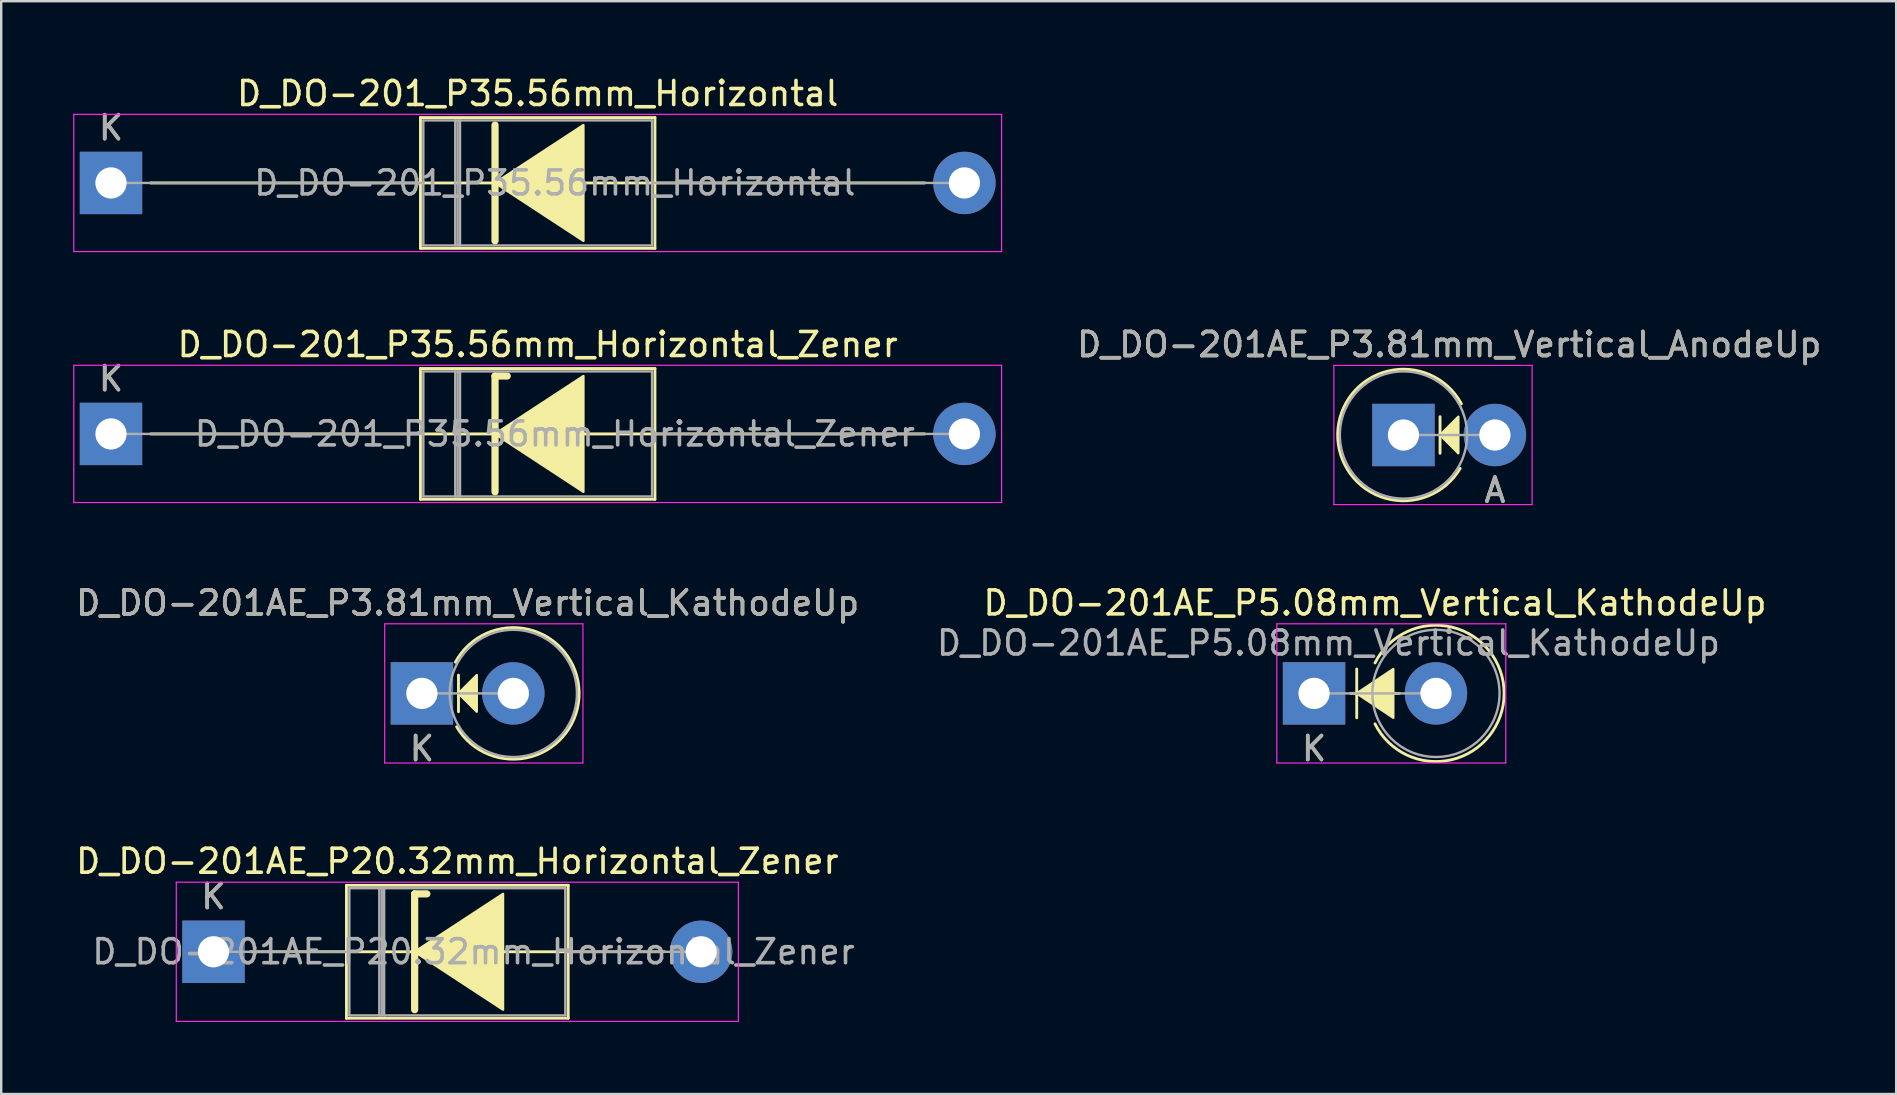
<source format=kicad_pcb>
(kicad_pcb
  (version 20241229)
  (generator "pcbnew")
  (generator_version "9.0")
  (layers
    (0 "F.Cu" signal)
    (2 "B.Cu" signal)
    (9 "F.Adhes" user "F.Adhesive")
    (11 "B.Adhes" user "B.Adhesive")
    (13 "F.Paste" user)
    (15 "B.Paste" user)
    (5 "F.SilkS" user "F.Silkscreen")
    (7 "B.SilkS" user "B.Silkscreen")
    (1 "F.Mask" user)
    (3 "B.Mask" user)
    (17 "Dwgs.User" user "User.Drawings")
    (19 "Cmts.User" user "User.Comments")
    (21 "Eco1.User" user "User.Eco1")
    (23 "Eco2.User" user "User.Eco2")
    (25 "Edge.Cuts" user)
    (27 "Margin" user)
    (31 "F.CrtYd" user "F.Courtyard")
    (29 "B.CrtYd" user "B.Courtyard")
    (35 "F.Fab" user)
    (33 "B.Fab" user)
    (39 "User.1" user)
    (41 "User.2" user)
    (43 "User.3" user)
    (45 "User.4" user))
  (footprint "D_DO-201AE_P3.81mm_Vertical_AnodeUp"
    (layer "F.Cu")
    (at 55.43 15.076)
    (property "Reference" "D_DO-201AE_P3.81mm_Vertical_AnodeUp" (at 1.905 -3.77 0) (layer "F.SilkS") (effects (font (size 1 1) (thickness 0.15))))
    (attr through_hole)
    (fp_line (start 1.524 -0.762) (end 1.524 0.762) (stroke (width 0.12) (type solid)) (layer "F.SilkS"))
    (fp_arc (start 2.361782 1.391144) (mid -2.74054 -0.052312) (end 2.413151 -1.3) (stroke (width 0.12) (type solid)) (layer "F.SilkS"))
    (fp_poly (pts (xy 2.286 0.762) (xy 1.524 0) (xy 2.286 -0.762)) (stroke (width 0.1) (type solid)) (fill yes) (layer "F.SilkS"))
    (fp_line (start -2.9 -2.9) (end -2.9 2.9) (stroke (width 0.05) (type solid)) (layer "F.CrtYd"))
    (fp_line (start -2.9 2.9) (end 5.36 2.9) (stroke (width 0.05) (type solid)) (layer "F.CrtYd"))
    (fp_line (start 5.36 -2.9) (end -2.9 -2.9) (stroke (width 0.05) (type solid)) (layer "F.CrtYd"))
    (fp_line (start 5.36 2.9) (end 5.36 -2.9) (stroke (width 0.05) (type solid)) (layer "F.CrtYd"))
    (fp_line (start 0 0) (end 3.81 0) (stroke (width 0.1) (type solid)) (layer "F.Fab"))
    (fp_circle (center 0 0) (end 2.65 0) (stroke (width 0.1) (type solid)) (fill no) (layer "F.Fab"))
    (fp_text user "A" (at 3.81 2.3 0) (layer "F.SilkS") (effects (font (size 1 1) (thickness 0.15))))
    (fp_text user "A" (at 3.81 2.3 0) (layer "F.Fab") (effects (font (size 1 1) (thickness 0.15))))
    (fp_text user "${REFERENCE}" (at 1.905 -3.77 0) (layer "F.Fab") (effects (font (size 1 1) (thickness 0.15))))
    (pad "1" thru_hole rect (at 0 0) (size 2.6 2.6) (drill 1.3) (layers "*.Cu" "*.Mask"))
    (pad "2" thru_hole oval (at 3.81 0) (size 2.6 2.6) (drill 1.3) (layers "*.Cu" "*.Mask")))
  (footprint "D_DO-201AE_P5.08mm_Vertical_KathodeUp"
    (layer "F.Cu")
    (at 51.704 25.843)
    (property "Reference" "D_DO-201AE_P5.08mm_Vertical_KathodeUp" (at 2.54 -3.77 0) (layer "F.SilkS") (effects (font (size 1 1) (thickness 0.15))))
    (attr through_hole)
    (fp_line (start 1.524 0) (end 3.556 0) (stroke (width 0.12) (type solid)) (layer "F.SilkS"))
    (fp_line (start 1.778 1.016) (end 1.778 -1.016) (stroke (width 0.12) (type solid)) (layer "F.SilkS"))
    (fp_arc (start 2.54 -1.269999) (mid 7.919804 0) (end 2.54 1.27) (stroke (width 0.12) (type solid)) (layer "F.SilkS"))
    (fp_poly (pts (xy 3.302 1.016) (xy 1.778 0) (xy 3.302 -1.016)) (stroke (width 0.1) (type solid)) (fill yes) (layer "F.SilkS"))
    (fp_line (start -1.55 -2.9) (end -1.55 2.9) (stroke (width 0.05) (type solid)) (layer "F.CrtYd"))
    (fp_line (start -1.55 2.9) (end 7.99 2.9) (stroke (width 0.05) (type solid)) (layer "F.CrtYd"))
    (fp_line (start 7.99 -2.9) (end -1.55 -2.9) (stroke (width 0.05) (type solid)) (layer "F.CrtYd"))
    (fp_line (start 7.99 2.9) (end 7.99 -2.9) (stroke (width 0.05) (type solid)) (layer "F.CrtYd"))
    (fp_line (start 0 0) (end 5.08 0) (stroke (width 0.1) (type solid)) (layer "F.Fab"))
    (fp_circle (center 5.08 0) (end 7.73 0) (stroke (width 0.1) (type solid)) (fill no) (layer "F.Fab"))
    (fp_text user "K" (at 0 2.3 0) (layer "F.SilkS") (effects (font (size 1 1) (thickness 0.15))))
    (fp_text user "${REFERENCE}" (at 0.6 -2.1 0) (layer "F.Fab") (effects (font (size 1 1) (thickness 0.15))))
    (fp_text user "K" (at 0 2.3 0) (layer "F.Fab") (effects (font (size 1 1) (thickness 0.15))))
    (pad "1" thru_hole rect (at 0 0) (size 2.6 2.6) (drill 1.3) (layers "*.Cu" "*.Mask"))
    (pad "2" thru_hole oval (at 5.08 0) (size 2.6 2.6) (drill 1.3) (layers "*.Cu" "*.Mask")))
  (footprint "D_DO-201_P35.56mm_Horizontal_Zener"
    (layer "F.Cu")
    (at 1.575 15.031)
    (property "Reference" "D_DO-201_P35.56mm_Horizontal_Zener" (at 17.78 -3.725 0) (layer "F.SilkS") (effects (font (size 1 1) (thickness 0.15))))
    (attr through_hole)
    (fp_line (start 1.651 0) (end 12.895 0) (stroke (width 0.12) (type solid)) (layer "F.SilkS"))
    (fp_line (start 12.895 -2.725) (end 12.895 2.725) (stroke (width 0.12) (type solid)) (layer "F.SilkS"))
    (fp_line (start 12.895 2.725) (end 22.665 2.725) (stroke (width 0.12) (type solid)) (layer "F.SilkS"))
    (fp_line (start 16.002 -2.413) (end 16.002 2.413) (stroke (width 0.3) (type solid)) (layer "F.SilkS"))
    (fp_line (start 16.002 -2.413) (end 16.51 -2.413) (stroke (width 0.3) (type solid)) (layer "F.SilkS"))
    (fp_line (start 16.002 0) (end 12.895 0) (stroke (width 0.12) (type solid)) (layer "F.SilkS"))
    (fp_line (start 19.685 0) (end 22.665 0) (stroke (width 0.12) (type solid)) (layer "F.SilkS"))
    (fp_line (start 22.665 -2.725) (end 12.895 -2.725) (stroke (width 0.12) (type solid)) (layer "F.SilkS"))
    (fp_line (start 22.665 2.725) (end 22.665 -2.725) (stroke (width 0.12) (type solid)) (layer "F.SilkS"))
    (fp_line (start 33.909 0) (end 22.665 0) (stroke (width 0.12) (type solid)) (layer "F.SilkS"))
    (fp_poly (pts (xy 19.685 2.413) (xy 16.002 0) (xy 19.685 -2.413)) (stroke (width 0.1) (type solid)) (fill yes) (layer "F.SilkS"))
    (fp_line (start -1.55 -2.86) (end -1.55 2.86) (stroke (width 0.05) (type solid)) (layer "F.CrtYd"))
    (fp_line (start -1.55 2.86) (end 37.11 2.86) (stroke (width 0.05) (type solid)) (layer "F.CrtYd"))
    (fp_line (start 37.11 -2.86) (end -1.55 -2.86) (stroke (width 0.05) (type solid)) (layer "F.CrtYd"))
    (fp_line (start 37.11 2.86) (end 37.11 -2.86) (stroke (width 0.05) (type solid)) (layer "F.CrtYd"))
    (fp_line (start 0 0) (end 13.015 0) (stroke (width 0.1) (type solid)) (layer "F.Fab"))
    (fp_line (start 13.015 -2.605) (end 13.015 2.605) (stroke (width 0.1) (type solid)) (layer "F.Fab"))
    (fp_line (start 13.015 2.605) (end 22.545 2.605) (stroke (width 0.1) (type solid)) (layer "F.Fab"))
    (fp_line (start 14.345 -2.605) (end 14.345 2.605) (stroke (width 0.1) (type solid)) (layer "F.Fab"))
    (fp_line (start 14.444 -2.605) (end 14.444 2.605) (stroke (width 0.1) (type solid)) (layer "F.Fab"))
    (fp_line (start 14.544 -2.605) (end 14.544 2.605) (stroke (width 0.1) (type solid)) (layer "F.Fab"))
    (fp_line (start 22.545 -2.605) (end 13.015 -2.605) (stroke (width 0.1) (type solid)) (layer "F.Fab"))
    (fp_line (start 22.545 2.605) (end 22.545 -2.605) (stroke (width 0.1) (type solid)) (layer "F.Fab"))
    (fp_line (start 35.56 0) (end 22.545 0) (stroke (width 0.1) (type solid)) (layer "F.Fab"))
    (fp_text user "K" (at 0 -2.3 0) (layer "F.SilkS") (effects (font (size 1 1) (thickness 0.15))))
    (fp_text user "${REFERENCE}" (at 18.495 0 0) (layer "F.Fab") (effects (font (size 1 1) (thickness 0.15))))
    (fp_text user "K" (at 0 -2.3 0) (layer "F.Fab") (effects (font (size 1 1) (thickness 0.15))))
    (pad "1" thru_hole rect (at 0 0) (size 2.6 2.6) (drill 1.3) (layers "*.Cu" "*.Mask"))
    (pad "2" thru_hole oval (at 35.56 0) (size 2.6 2.6) (drill 1.3) (layers "*.Cu" "*.Mask")))
  (footprint "D_DO-201AE_P20.32mm_Horizontal_Zener"
    (layer "F.Cu")
    (at 5.846 36.609)
    (property "Reference" "D_DO-201AE_P20.32mm_Horizontal_Zener" (at 10.16 -3.77 0) (layer "F.SilkS") (effects (font (size 1 1) (thickness 0.15))))
    (attr through_hole)
    (fp_line (start 1.54 0) (end 5.54 0) (stroke (width 0.12) (type solid)) (layer "F.SilkS"))
    (fp_line (start 5.54 -2.77) (end 5.54 2.77) (stroke (width 0.12) (type solid)) (layer "F.SilkS"))
    (fp_line (start 5.54 2.77) (end 14.78 2.77) (stroke (width 0.12) (type solid)) (layer "F.SilkS"))
    (fp_line (start 8.382 -2.413) (end 8.382 2.413) (stroke (width 0.3) (type solid)) (layer "F.SilkS"))
    (fp_line (start 8.382 -2.413) (end 8.89 -2.413) (stroke (width 0.3) (type solid)) (layer "F.SilkS"))
    (fp_line (start 8.509 0) (end 5.54 0) (stroke (width 0.12) (type solid)) (layer "F.SilkS"))
    (fp_line (start 12.065 0) (end 14.78 0) (stroke (width 0.12) (type solid)) (layer "F.SilkS"))
    (fp_line (start 14.78 -2.77) (end 5.54 -2.77) (stroke (width 0.12) (type solid)) (layer "F.SilkS"))
    (fp_line (start 14.78 2.77) (end 14.78 -2.77) (stroke (width 0.12) (type solid)) (layer "F.SilkS"))
    (fp_line (start 18.78 0) (end 14.78 0) (stroke (width 0.12) (type solid)) (layer "F.SilkS"))
    (fp_poly (pts (xy 12.065 2.413) (xy 8.382 0) (xy 12.065 -2.413)) (stroke (width 0.1) (type solid)) (fill yes) (layer "F.SilkS"))
    (fp_line (start -1.55 -2.9) (end -1.55 2.9) (stroke (width 0.05) (type solid)) (layer "F.CrtYd"))
    (fp_line (start -1.55 2.9) (end 21.87 2.9) (stroke (width 0.05) (type solid)) (layer "F.CrtYd"))
    (fp_line (start 21.87 -2.9) (end -1.55 -2.9) (stroke (width 0.05) (type solid)) (layer "F.CrtYd"))
    (fp_line (start 21.87 2.9) (end 21.87 -2.9) (stroke (width 0.05) (type solid)) (layer "F.CrtYd"))
    (fp_line (start 0 0) (end 5.66 0) (stroke (width 0.1) (type solid)) (layer "F.Fab"))
    (fp_line (start 5.66 -2.65) (end 5.66 2.65) (stroke (width 0.1) (type solid)) (layer "F.Fab"))
    (fp_line (start 5.66 2.65) (end 14.66 2.65) (stroke (width 0.1) (type solid)) (layer "F.Fab"))
    (fp_line (start 6.91 -2.65) (end 6.91 2.65) (stroke (width 0.1) (type solid)) (layer "F.Fab"))
    (fp_line (start 7.01 -2.65) (end 7.01 2.65) (stroke (width 0.1) (type solid)) (layer "F.Fab"))
    (fp_line (start 7.11 -2.65) (end 7.11 2.65) (stroke (width 0.1) (type solid)) (layer "F.Fab"))
    (fp_line (start 14.66 -2.65) (end 5.66 -2.65) (stroke (width 0.1) (type solid)) (layer "F.Fab"))
    (fp_line (start 14.66 2.65) (end 14.66 -2.65) (stroke (width 0.1) (type solid)) (layer "F.Fab"))
    (fp_line (start 20.32 0) (end 14.66 0) (stroke (width 0.1) (type solid)) (layer "F.Fab"))
    (fp_text user "K" (at 0 -2.3 0) (layer "F.SilkS") (effects (font (size 1 1) (thickness 0.15))))
    (fp_text user "K" (at 0 -2.3 0) (layer "F.Fab") (effects (font (size 1 1) (thickness 0.15))))
    (fp_text user "${REFERENCE}" (at 10.835 0 0) (layer "F.Fab") (effects (font (size 1 1) (thickness 0.15))))
    (pad "1" thru_hole rect (at 0 0) (size 2.6 2.6) (drill 1.3) (layers "*.Cu" "*.Mask"))
    (pad "2" thru_hole oval (at 20.32 0) (size 2.6 2.6) (drill 1.3) (layers "*.Cu" "*.Mask")))
  (footprint "D_DO-201AE_P3.81mm_Vertical_KathodeUp"
    (layer "F.Cu")
    (at 14.53 25.843)
    (property "Reference" "D_DO-201AE_P3.81mm_Vertical_KathodeUp" (at 1.905 -3.77 0) (layer "F.SilkS") (effects (font (size 1 1) (thickness 0.15))))
    (attr through_hole)
    (fp_line (start 1.524 -0.762) (end 1.524 0.762) (stroke (width 0.12) (type solid)) (layer "F.SilkS"))
    (fp_arc (start 1.396849 -1.3) (mid 6.55054 -0.052312) (end 1.448218 1.391144) (stroke (width 0.12) (type solid)) (layer "F.SilkS"))
    (fp_poly (pts (xy 2.286 0.762) (xy 1.524 0) (xy 2.286 -0.762)) (stroke (width 0.1) (type solid)) (fill yes) (layer "F.SilkS"))
    (fp_line (start -1.55 -2.9) (end -1.55 2.9) (stroke (width 0.05) (type solid)) (layer "F.CrtYd"))
    (fp_line (start -1.55 2.9) (end 6.71 2.9) (stroke (width 0.05) (type solid)) (layer "F.CrtYd"))
    (fp_line (start 6.71 -2.9) (end -1.55 -2.9) (stroke (width 0.05) (type solid)) (layer "F.CrtYd"))
    (fp_line (start 6.71 2.9) (end 6.71 -2.9) (stroke (width 0.05) (type solid)) (layer "F.CrtYd"))
    (fp_line (start 0 0) (end 3.81 0) (stroke (width 0.1) (type solid)) (layer "F.Fab"))
    (fp_circle (center 3.81 0) (end 6.46 0) (stroke (width 0.1) (type solid)) (fill no) (layer "F.Fab"))
    (fp_text user "K" (at 0 2.3 0) (layer "F.SilkS") (effects (font (size 1 1) (thickness 0.15))))
    (fp_text user "K" (at 0 2.3 0) (layer "F.Fab") (effects (font (size 1 1) (thickness 0.15))))
    (fp_text user "${REFERENCE}" (at 1.905 -3.77 0) (layer "F.Fab") (effects (font (size 1 1) (thickness 0.15))))
    (pad "1" thru_hole rect (at 0 0) (size 2.6 2.6) (drill 1.3) (layers "*.Cu" "*.Mask"))
    (pad "2" thru_hole oval (at 3.81 0) (size 2.6 2.6) (drill 1.3) (layers "*.Cu" "*.Mask")))
  (footprint "D_DO-201_P35.56mm_Horizontal"
    (layer "F.Cu")
    (at 1.575 4.573)
    (property "Reference" "D_DO-201_P35.56mm_Horizontal" (at 17.78 -3.725 0) (layer "F.SilkS") (effects (font (size 1 1) (thickness 0.15))))
    (attr through_hole)
    (fp_line (start 1.651 0) (end 12.895 0) (stroke (width 0.12) (type solid)) (layer "F.SilkS"))
    (fp_line (start 12.895 -2.725) (end 12.895 2.725) (stroke (width 0.12) (type solid)) (layer "F.SilkS"))
    (fp_line (start 12.895 2.725) (end 22.665 2.725) (stroke (width 0.12) (type solid)) (layer "F.SilkS"))
    (fp_line (start 16.002 -2.413) (end 16.002 2.413) (stroke (width 0.3) (type solid)) (layer "F.SilkS"))
    (fp_line (start 16.002 0) (end 12.895 0) (stroke (width 0.12) (type solid)) (layer "F.SilkS"))
    (fp_line (start 19.685 0) (end 22.665 0) (stroke (width 0.12) (type solid)) (layer "F.SilkS"))
    (fp_line (start 22.665 -2.725) (end 12.895 -2.725) (stroke (width 0.12) (type solid)) (layer "F.SilkS"))
    (fp_line (start 22.665 2.725) (end 22.665 -2.725) (stroke (width 0.12) (type solid)) (layer "F.SilkS"))
    (fp_line (start 33.909 0) (end 22.665 0) (stroke (width 0.12) (type solid)) (layer "F.SilkS"))
    (fp_poly (pts (xy 19.685 2.413) (xy 16.002 0) (xy 19.685 -2.413)) (stroke (width 0.1) (type solid)) (fill yes) (layer "F.SilkS"))
    (fp_line (start -1.55 -2.86) (end -1.55 2.86) (stroke (width 0.05) (type solid)) (layer "F.CrtYd"))
    (fp_line (start -1.55 2.86) (end 37.11 2.86) (stroke (width 0.05) (type solid)) (layer "F.CrtYd"))
    (fp_line (start 37.11 -2.86) (end -1.55 -2.86) (stroke (width 0.05) (type solid)) (layer "F.CrtYd"))
    (fp_line (start 37.11 2.86) (end 37.11 -2.86) (stroke (width 0.05) (type solid)) (layer "F.CrtYd"))
    (fp_line (start 0 0) (end 13.015 0) (stroke (width 0.1) (type solid)) (layer "F.Fab"))
    (fp_line (start 13.015 -2.605) (end 13.015 2.605) (stroke (width 0.1) (type solid)) (layer "F.Fab"))
    (fp_line (start 13.015 2.605) (end 22.545 2.605) (stroke (width 0.1) (type solid)) (layer "F.Fab"))
    (fp_line (start 14.345 -2.605) (end 14.345 2.605) (stroke (width 0.1) (type solid)) (layer "F.Fab"))
    (fp_line (start 14.444 -2.605) (end 14.444 2.605) (stroke (width 0.1) (type solid)) (layer "F.Fab"))
    (fp_line (start 14.544 -2.605) (end 14.544 2.605) (stroke (width 0.1) (type solid)) (layer "F.Fab"))
    (fp_line (start 22.545 -2.605) (end 13.015 -2.605) (stroke (width 0.1) (type solid)) (layer "F.Fab"))
    (fp_line (start 22.545 2.605) (end 22.545 -2.605) (stroke (width 0.1) (type solid)) (layer "F.Fab"))
    (fp_line (start 35.56 0) (end 22.545 0) (stroke (width 0.1) (type solid)) (layer "F.Fab"))
    (fp_text user "K" (at 0 -2.3 0) (layer "F.SilkS") (effects (font (size 1 1) (thickness 0.15))))
    (fp_text user "${REFERENCE}" (at 18.495 0 0) (layer "F.Fab") (effects (font (size 1 1) (thickness 0.15))))
    (fp_text user "K" (at 0 -2.3 0) (layer "F.Fab") (effects (font (size 1 1) (thickness 0.15))))
    (pad "1" thru_hole rect (at 0 0) (size 2.6 2.6) (drill 1.3) (layers "*.Cu" "*.Mask"))
    (pad "2" thru_hole oval (at 35.56 0) (size 2.6 2.6) (drill 1.3) (layers "*.Cu" "*.Mask")))
  (gr_rect
    (start -3 -3)
    (end 75.96 42.535)
    (stroke (width 0.1) (type default))
    (fill no)
    (layer "Edge.Cuts")))
</source>
